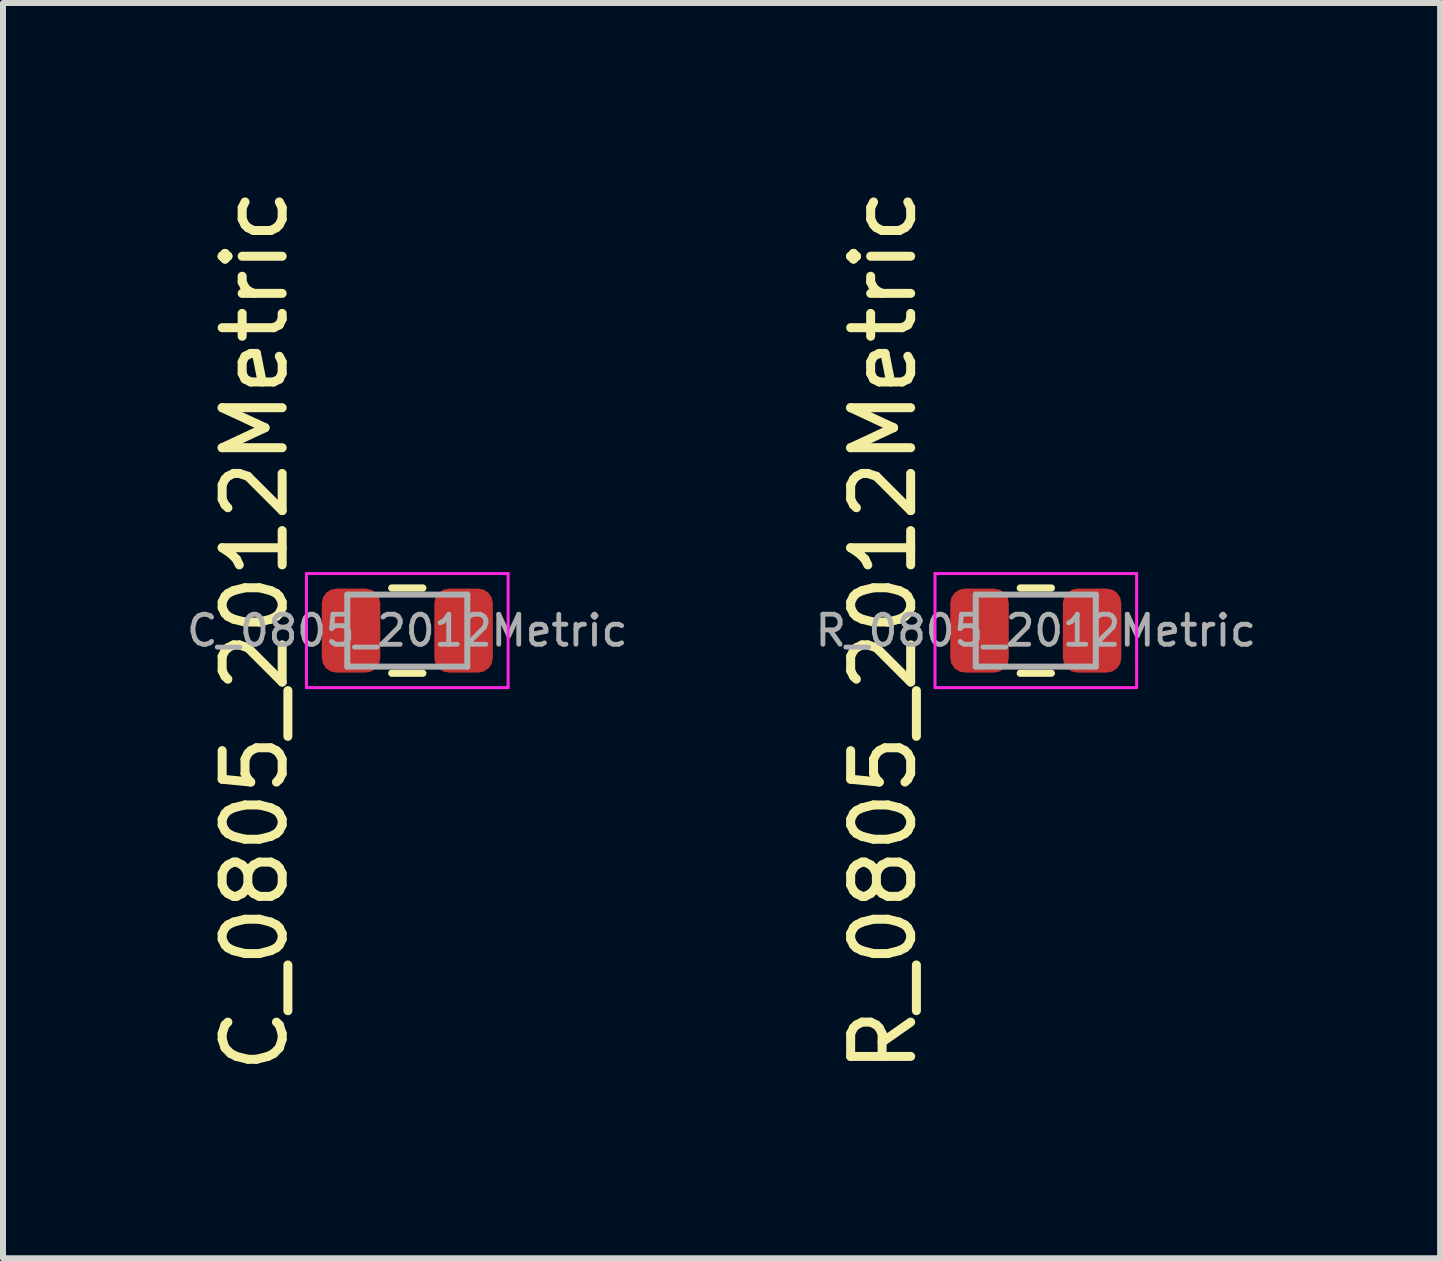
<source format=kicad_pcb>
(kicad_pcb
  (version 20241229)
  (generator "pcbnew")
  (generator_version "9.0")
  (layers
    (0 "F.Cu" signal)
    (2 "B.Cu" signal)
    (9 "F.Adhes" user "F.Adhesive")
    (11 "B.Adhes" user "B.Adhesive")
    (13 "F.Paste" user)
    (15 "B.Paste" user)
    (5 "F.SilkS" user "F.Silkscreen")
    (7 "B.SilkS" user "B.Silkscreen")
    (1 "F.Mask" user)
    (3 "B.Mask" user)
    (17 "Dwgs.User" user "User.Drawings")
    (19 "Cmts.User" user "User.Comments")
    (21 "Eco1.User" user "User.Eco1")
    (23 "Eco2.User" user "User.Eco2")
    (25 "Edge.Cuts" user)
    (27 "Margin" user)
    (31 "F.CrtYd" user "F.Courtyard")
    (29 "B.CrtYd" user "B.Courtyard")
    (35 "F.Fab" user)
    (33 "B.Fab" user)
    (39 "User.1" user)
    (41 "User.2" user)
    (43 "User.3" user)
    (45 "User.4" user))
  (footprint "R_0805_2012Metric"
    (layer "F.Cu")
    (at 14.21 7.458)
    (property "Reference" "R_0805_2012Metric" (at -2.54 0 90) (layer "F.SilkS") (effects (font (size 1 1) (thickness 0.15))))
    (attr smd)
    (fp_line (start -0.259 -0.71) (end 0.259 -0.71) (stroke (width 0.12) (type solid)) (layer "F.SilkS"))
    (fp_line (start -0.259 0.71) (end 0.259 0.71) (stroke (width 0.12) (type solid)) (layer "F.SilkS"))
    (fp_line (start -1.68 -0.95) (end 1.68 -0.95) (stroke (width 0.05) (type solid)) (layer "F.CrtYd"))
    (fp_line (start -1.68 0.95) (end -1.68 -0.95) (stroke (width 0.05) (type solid)) (layer "F.CrtYd"))
    (fp_line (start 1.68 -0.95) (end 1.68 0.95) (stroke (width 0.05) (type solid)) (layer "F.CrtYd"))
    (fp_line (start 1.68 0.95) (end -1.68 0.95) (stroke (width 0.05) (type solid)) (layer "F.CrtYd"))
    (fp_line (start -1 -0.6) (end 1 -0.6) (stroke (width 0.1) (type solid)) (layer "F.Fab"))
    (fp_line (start -1 0.6) (end -1 -0.6) (stroke (width 0.1) (type solid)) (layer "F.Fab"))
    (fp_line (start 1 -0.6) (end 1 0.6) (stroke (width 0.1) (type solid)) (layer "F.Fab"))
    (fp_line (start 1 0.6) (end -1 0.6) (stroke (width 0.1) (type solid)) (layer "F.Fab"))
    (fp_text user "${REFERENCE}" (at 0 0 0) (layer "F.Fab") (effects (font (size 0.5 0.5) (thickness 0.08))))
    (pad "1" smd roundrect (at -0.938 0) (size 0.975 1.4) (layers "F.Cu" "F.Mask" "F.Paste") (roundrect_rratio 0.25))
    (pad "2" smd roundrect (at 0.938 0) (size 0.975 1.4) (layers "F.Cu" "F.Mask" "F.Paste") (roundrect_rratio 0.25)))
  (footprint "C_0805_2012Metric"
    (layer "F.Cu")
    (at 3.737 7.458)
    (property "Reference" "C_0805_2012Metric" (at -2.54 0 90) (layer "F.SilkS") (effects (font (size 1 1) (thickness 0.15))))
    (attr smd)
    (fp_line (start -0.259 -0.71) (end 0.259 -0.71) (stroke (width 0.12) (type solid)) (layer "F.SilkS"))
    (fp_line (start -0.259 0.71) (end 0.259 0.71) (stroke (width 0.12) (type solid)) (layer "F.SilkS"))
    (fp_line (start -1.68 -0.95) (end 1.68 -0.95) (stroke (width 0.05) (type solid)) (layer "F.CrtYd"))
    (fp_line (start -1.68 0.95) (end -1.68 -0.95) (stroke (width 0.05) (type solid)) (layer "F.CrtYd"))
    (fp_line (start 1.68 -0.95) (end 1.68 0.95) (stroke (width 0.05) (type solid)) (layer "F.CrtYd"))
    (fp_line (start 1.68 0.95) (end -1.68 0.95) (stroke (width 0.05) (type solid)) (layer "F.CrtYd"))
    (fp_line (start -1 -0.6) (end 1 -0.6) (stroke (width 0.1) (type solid)) (layer "F.Fab"))
    (fp_line (start -1 0.6) (end -1 -0.6) (stroke (width 0.1) (type solid)) (layer "F.Fab"))
    (fp_line (start 1 -0.6) (end 1 0.6) (stroke (width 0.1) (type solid)) (layer "F.Fab"))
    (fp_line (start 1 0.6) (end -1 0.6) (stroke (width 0.1) (type solid)) (layer "F.Fab"))
    (fp_text user "${REFERENCE}" (at 0 0 0) (layer "F.Fab") (effects (font (size 0.5 0.5) (thickness 0.08))))
    (pad "1" smd roundrect (at -0.938 0) (size 0.975 1.4) (layers "F.Cu" "F.Mask" "F.Paste") (roundrect_rratio 0.25))
    (pad "2" smd roundrect (at 0.938 0) (size 0.975 1.4) (layers "F.Cu" "F.Mask" "F.Paste") (roundrect_rratio 0.25)))
  (gr_rect
    (start -3 -3)
    (end 20.947 17.917)
    (stroke (width 0.1) (type default))
    (fill no)
    (layer "Edge.Cuts")))
</source>
